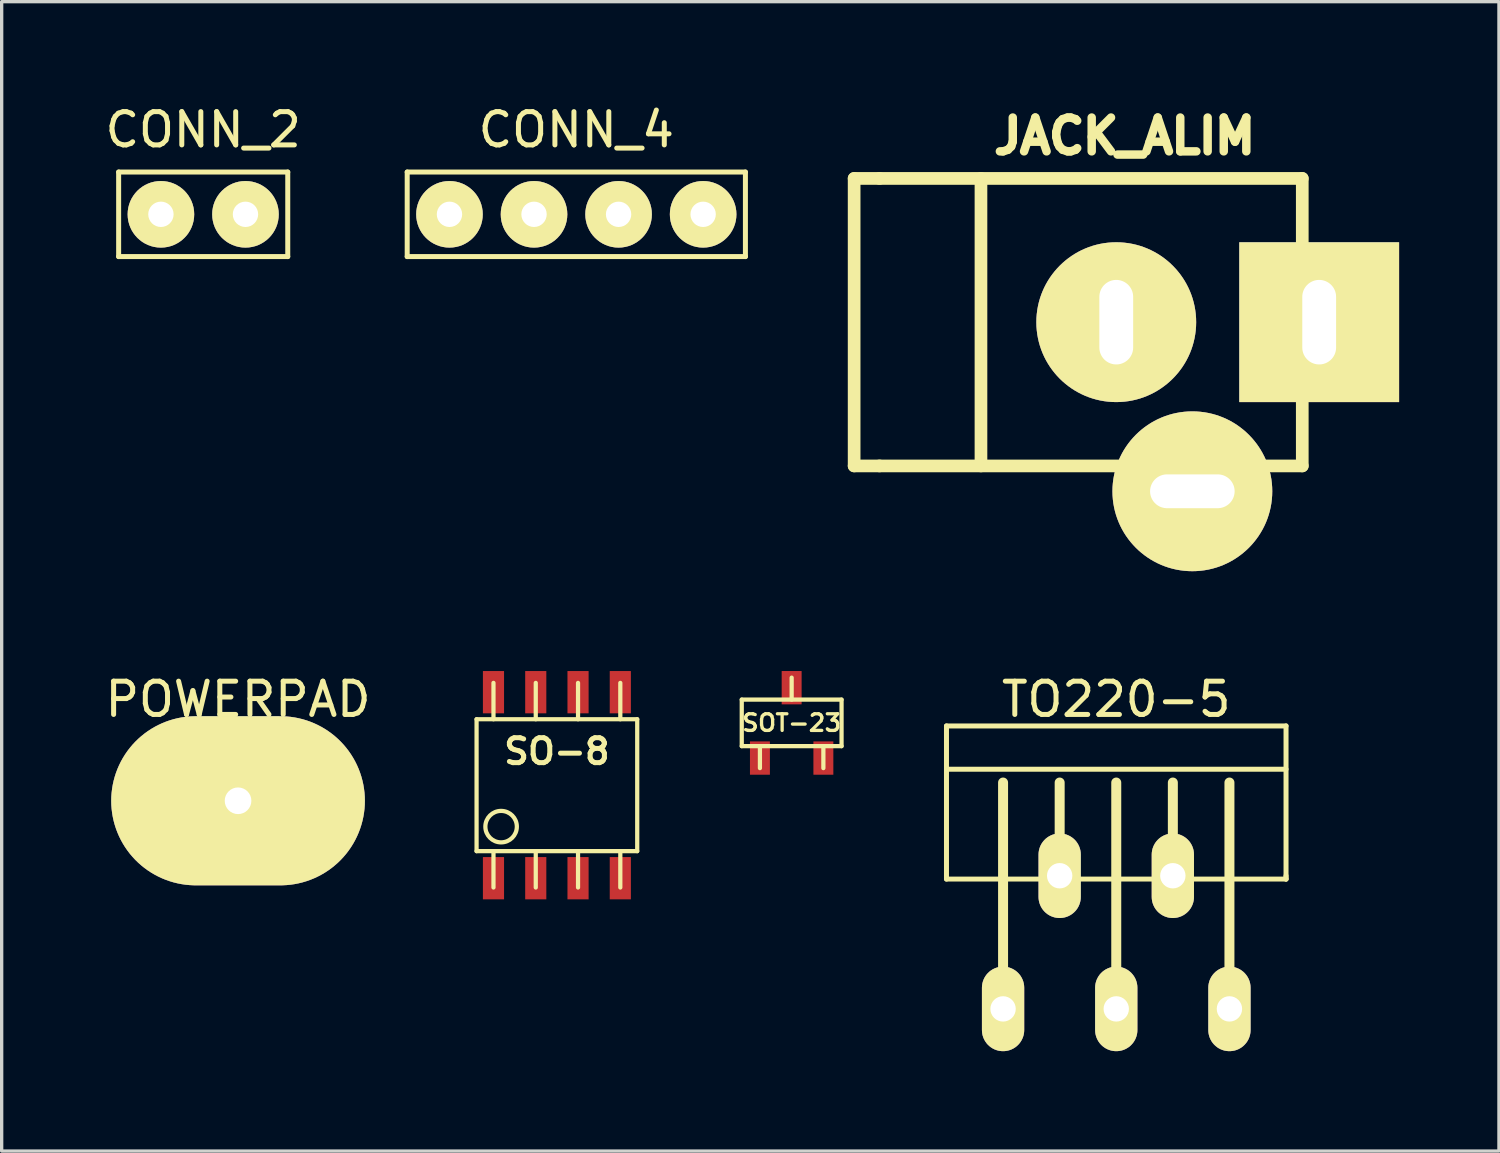
<source format=kicad_pcb>
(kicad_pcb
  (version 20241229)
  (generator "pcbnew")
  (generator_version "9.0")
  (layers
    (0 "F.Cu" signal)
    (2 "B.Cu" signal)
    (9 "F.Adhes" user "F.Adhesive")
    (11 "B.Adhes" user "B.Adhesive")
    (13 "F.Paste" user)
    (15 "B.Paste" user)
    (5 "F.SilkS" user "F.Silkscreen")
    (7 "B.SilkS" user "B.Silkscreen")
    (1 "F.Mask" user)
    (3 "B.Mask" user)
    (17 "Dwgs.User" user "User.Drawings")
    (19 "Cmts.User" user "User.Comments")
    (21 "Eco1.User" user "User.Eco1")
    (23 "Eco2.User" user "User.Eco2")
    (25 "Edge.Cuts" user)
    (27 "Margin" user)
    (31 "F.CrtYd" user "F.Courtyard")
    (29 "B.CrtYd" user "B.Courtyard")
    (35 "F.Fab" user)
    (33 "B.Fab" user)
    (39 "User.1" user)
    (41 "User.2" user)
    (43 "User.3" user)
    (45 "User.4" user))
  (footprint "CONN_4"
    (layer "F.Cu")
    (at 14.262 3.388)
    (property "Reference" "CONN_4" (at 0 -2.54 0) (layer "F.SilkS") (effects (font (size 1 1) (thickness 0.15))))
    (attr through_hole)
    (fp_line (start -5.08 -1.27) (end 5.08 -1.27) (stroke (width 0.15) (type solid)) (layer "F.SilkS"))
    (fp_line (start -5.08 1.27) (end -5.08 -1.27) (stroke (width 0.15) (type solid)) (layer "F.SilkS"))
    (fp_line (start -5.08 1.27) (end 5.08 1.27) (stroke (width 0.15) (type solid)) (layer "F.SilkS"))
    (fp_line (start 5.08 -1.27) (end 5.08 1.27) (stroke (width 0.15) (type solid)) (layer "F.SilkS"))
    (pad "1" thru_hole circle (at -3.81 0) (size 2 2) (drill 0.762) (layers "*.Cu" "*.Mask" "F.SilkS"))
    (pad "2" thru_hole circle (at -1.27 0) (size 2 2) (drill 0.762) (layers "*.Cu" "*.Mask" "F.SilkS"))
    (pad "3" thru_hole circle (at 1.27 0) (size 2 2) (drill 0.762) (layers "*.Cu" "*.Mask" "F.SilkS"))
    (pad "4" thru_hole circle (at 3.81 0) (size 2 2) (drill 0.762) (layers "*.Cu" "*.Mask" "F.SilkS")))
  (footprint "SOT-23"
    (layer "F.Cu")
    (at 20.731 18.665)
    (property "Reference" "SOT-23" (at 0 0 0) (layer "F.SilkS") (effects (font (size 0.5 0.5) (thickness 0.099))))
    (attr smd)
    (fp_line (start -1.499 -0.699) (end 1.499 -0.699) (stroke (width 0.127) (type solid)) (layer "F.SilkS"))
    (fp_line (start -1.499 0.699) (end -1.499 -0.699) (stroke (width 0.127) (type solid)) (layer "F.SilkS"))
    (fp_line (start -0.953 0.699) (end -0.953 1.359) (stroke (width 0.127) (type solid)) (layer "F.SilkS"))
    (fp_line (start 0 -0.699) (end 0 -1.359) (stroke (width 0.127) (type solid)) (layer "F.SilkS"))
    (fp_line (start 0.953 0.699) (end 0.953 1.359) (stroke (width 0.127) (type solid)) (layer "F.SilkS"))
    (fp_line (start 1.499 -0.699) (end 1.499 0.699) (stroke (width 0.127) (type solid)) (layer "F.SilkS"))
    (fp_line (start 1.499 0.699) (end -1.499 0.699) (stroke (width 0.127) (type solid)) (layer "F.SilkS"))
    (pad "1" smd rect (at -0.953 1.057) (size 0.599 1.001) (layers "F.Cu" "F.Mask" "F.Paste"))
    (pad "2" smd rect (at 0.953 1.057) (size 0.599 1.001) (layers "F.Cu" "F.Mask" "F.Paste"))
    (pad "3" smd rect (at 0 -1.057) (size 0.599 1.001) (layers "F.Cu" "F.Mask" "F.Paste")))
  (footprint "SO-8"
    (layer "F.Cu")
    (at 13.679 20.537)
    (property "Reference" "SO-8" (at 0 -1.016 0) (layer "F.SilkS") (effects (font (size 0.749 0.749) (thickness 0.15))))
    (attr smd)
    (fp_line (start -2.413 -1.981) (end -2.413 1.981) (stroke (width 0.127) (type solid)) (layer "F.SilkS"))
    (fp_line (start -2.413 1.981) (end 2.413 1.981) (stroke (width 0.127) (type solid)) (layer "F.SilkS"))
    (fp_line (start -1.905 -1.981) (end -1.905 -3.073) (stroke (width 0.127) (type solid)) (layer "F.SilkS"))
    (fp_line (start -1.905 3.073) (end -1.905 1.981) (stroke (width 0.127) (type solid)) (layer "F.SilkS"))
    (fp_line (start -0.635 -1.981) (end -0.635 -3.073) (stroke (width 0.127) (type solid)) (layer "F.SilkS"))
    (fp_line (start -0.635 3.073) (end -0.635 1.981) (stroke (width 0.127) (type solid)) (layer "F.SilkS"))
    (fp_line (start 0.635 -1.981) (end 0.635 -3.073) (stroke (width 0.127) (type solid)) (layer "F.SilkS"))
    (fp_line (start 0.635 3.073) (end 0.635 1.981) (stroke (width 0.127) (type solid)) (layer "F.SilkS"))
    (fp_line (start 1.905 -3.073) (end 1.905 -1.981) (stroke (width 0.127) (type solid)) (layer "F.SilkS"))
    (fp_line (start 1.905 1.981) (end 1.905 3.073) (stroke (width 0.127) (type solid)) (layer "F.SilkS"))
    (fp_line (start 2.413 -1.981) (end -2.413 -1.981) (stroke (width 0.127) (type solid)) (layer "F.SilkS"))
    (fp_line (start 2.413 1.981) (end 2.413 -1.981) (stroke (width 0.127) (type solid)) (layer "F.SilkS"))
    (fp_circle (center -1.676 1.245) (end -1.956 1.626) (stroke (width 0.127) (type solid)) (fill no) (layer "F.SilkS"))
    (pad "1" smd rect (at -1.905 2.794) (size 0.635 1.27) (layers "F.Cu" "F.Mask" "F.Paste"))
    (pad "2" smd rect (at -0.635 2.794) (size 0.635 1.27) (layers "F.Cu" "F.Mask" "F.Paste"))
    (pad "3" smd rect (at 0.635 2.794) (size 0.635 1.27) (layers "F.Cu" "F.Mask" "F.Paste"))
    (pad "4" smd rect (at 1.905 2.794) (size 0.635 1.27) (layers "F.Cu" "F.Mask" "F.Paste"))
    (pad "5" smd rect (at 1.905 -2.794) (size 0.635 1.27) (layers "F.Cu" "F.Mask" "F.Paste"))
    (pad "6" smd rect (at 0.635 -2.794) (size 0.635 1.27) (layers "F.Cu" "F.Mask" "F.Paste"))
    (pad "7" smd rect (at -0.635 -2.794) (size 0.635 1.27) (layers "F.Cu" "F.Mask" "F.Paste"))
    (pad "8" smd rect (at -1.905 -2.794) (size 0.635 1.27) (layers "F.Cu" "F.Mask" "F.Paste")))
  (footprint "POWERPAD"
    (layer "F.Cu")
    (at 4.101 21.005)
    (property "Reference" "POWERPAD" (at 0 -3.048 0) (layer "F.SilkS") (effects (font (size 1 1) (thickness 0.15))))
    (attr through_hole)
    (pad "1" thru_hole oval (at 0 0) (size 7.62 5.08) (drill 0.8) (layers "*.Cu" "*.Mask" "F.SilkS")))
  (footprint "JACK_ALIM"
    (layer "F.Cu")
    (at 30.482 6.628)
    (property "Reference" "JACK_ALIM" (at 0.254 -5.588 0) (layer "F.SilkS") (effects (font (size 1.016 1.016) (thickness 0.254))))
    (attr through_hole)
    (fp_line (start -7.874 -4.318) (end -7.874 4.318) (stroke (width 0.381) (type solid)) (layer "F.SilkS"))
    (fp_line (start -7.874 4.318) (end -7.112 4.318) (stroke (width 0.381) (type solid)) (layer "F.SilkS"))
    (fp_line (start -7.112 -4.318) (end -7.874 -4.318) (stroke (width 0.381) (type solid)) (layer "F.SilkS"))
    (fp_line (start -7.112 -4.318) (end 5.588 -4.318) (stroke (width 0.381) (type solid)) (layer "F.SilkS"))
    (fp_line (start -7.112 4.318) (end 5.588 4.318) (stroke (width 0.381) (type solid)) (layer "F.SilkS"))
    (fp_line (start -4.064 -4.318) (end -4.064 4.318) (stroke (width 0.381) (type solid)) (layer "F.SilkS"))
    (fp_line (start 5.588 -4.318) (end 5.588 4.318) (stroke (width 0.381) (type solid)) (layer "F.SilkS"))
    (pad "1" thru_hole rect (at 6.096 0) (size 4.801 4.801) (drill oval 1.016 2.54) (layers "*.Cu" "*.Mask" "F.SilkS"))
    (pad "2" thru_hole circle (at 0 0) (size 4.801 4.801) (drill oval 1.016 2.54) (layers "*.Cu" "*.Mask" "F.SilkS"))
    (pad "3" thru_hole circle (at 2.286 5.08) (size 4.801 4.801) (drill oval 2.54 1.016) (layers "*.Cu" "*.Mask" "F.SilkS")))
  (footprint "TO220-5"
    (layer "F.Cu")
    (at 30.482 18.757)
    (property "Reference" "TO220-5" (at 0 -0.8 0) (layer "F.SilkS") (effects (font (size 1 1) (thickness 0.15))))
    (attr through_hole)
    (fp_line (start -5.1 0) (end -5.1 4.6) (stroke (width 0.15) (type solid)) (layer "F.SilkS"))
    (fp_line (start -5.1 0) (end 5.1 0) (stroke (width 0.15) (type solid)) (layer "F.SilkS"))
    (fp_line (start -5.1 1.3) (end 5.1 1.3) (stroke (width 0.15) (type solid)) (layer "F.SilkS"))
    (fp_line (start -5.1 4.6) (end 5.1 4.6) (stroke (width 0.15) (type solid)) (layer "F.SilkS"))
    (fp_line (start -3.4 8.5) (end -3.4 1.7) (stroke (width 0.3) (type solid)) (layer "F.SilkS"))
    (fp_line (start -1.7 4.5) (end -1.7 1.7) (stroke (width 0.3) (type solid)) (layer "F.SilkS"))
    (fp_line (start 0 8.5) (end 0 1.7) (stroke (width 0.3) (type solid)) (layer "F.SilkS"))
    (fp_line (start 1.7 4.5) (end 1.7 1.7) (stroke (width 0.3) (type solid)) (layer "F.SilkS"))
    (fp_line (start 3.4 8.5) (end 3.4 1.7) (stroke (width 0.3) (type solid)) (layer "F.SilkS"))
    (fp_line (start 5.1 0) (end 5.1 4.6) (stroke (width 0.15) (type solid)) (layer "F.SilkS"))
    (fp_line (start 5.1 4.5) (end 5.1 4.6) (stroke (width 0.15) (type solid)) (layer "F.SilkS"))
    (pad "1" thru_hole oval (at -3.4 8.5) (size 1.27 2.54) (drill 0.762) (layers "*.Cu" "*.Mask" "F.SilkS"))
    (pad "2" thru_hole oval (at -1.7 4.5) (size 1.27 2.54) (drill 0.762) (layers "*.Cu" "*.Mask" "F.SilkS"))
    (pad "3" thru_hole oval (at 0 8.5) (size 1.27 2.54) (drill 0.762) (layers "*.Cu" "*.Mask" "F.SilkS"))
    (pad "4" thru_hole oval (at 1.7 4.5) (size 1.27 2.54) (drill 0.762) (layers "*.Cu" "*.Mask" "F.SilkS"))
    (pad "5" thru_hole oval (at 3.4 8.5) (size 1.27 2.54) (drill 0.762) (layers "*.Cu" "*.Mask" "F.SilkS")))
  (footprint "CONN_2"
    (layer "F.Cu")
    (at 3.054 3.388)
    (property "Reference" "CONN_2" (at 0 -2.54 0) (layer "F.SilkS") (effects (font (size 1 1) (thickness 0.15))))
    (attr through_hole)
    (fp_line (start -2.54 -1.27) (end 2.54 -1.27) (stroke (width 0.15) (type solid)) (layer "F.SilkS"))
    (fp_line (start -2.54 1.27) (end -2.54 -1.27) (stroke (width 0.15) (type solid)) (layer "F.SilkS"))
    (fp_line (start -2.54 1.27) (end 2.54 1.27) (stroke (width 0.15) (type solid)) (layer "F.SilkS"))
    (fp_line (start 2.54 -1.27) (end 2.54 1.27) (stroke (width 0.15) (type solid)) (layer "F.SilkS"))
    (pad "1" thru_hole circle (at -1.27 0) (size 2 2) (drill 0.762) (layers "*.Cu" "*.Mask" "F.SilkS"))
    (pad "2" thru_hole circle (at 1.27 0) (size 2 2) (drill 0.762) (layers "*.Cu" "*.Mask" "F.SilkS")))
  (gr_rect
    (start -3 -3)
    (end 41.978 31.527)
    (stroke (width 0.1) (type default))
    (fill no)
    (layer "Edge.Cuts")))
</source>
